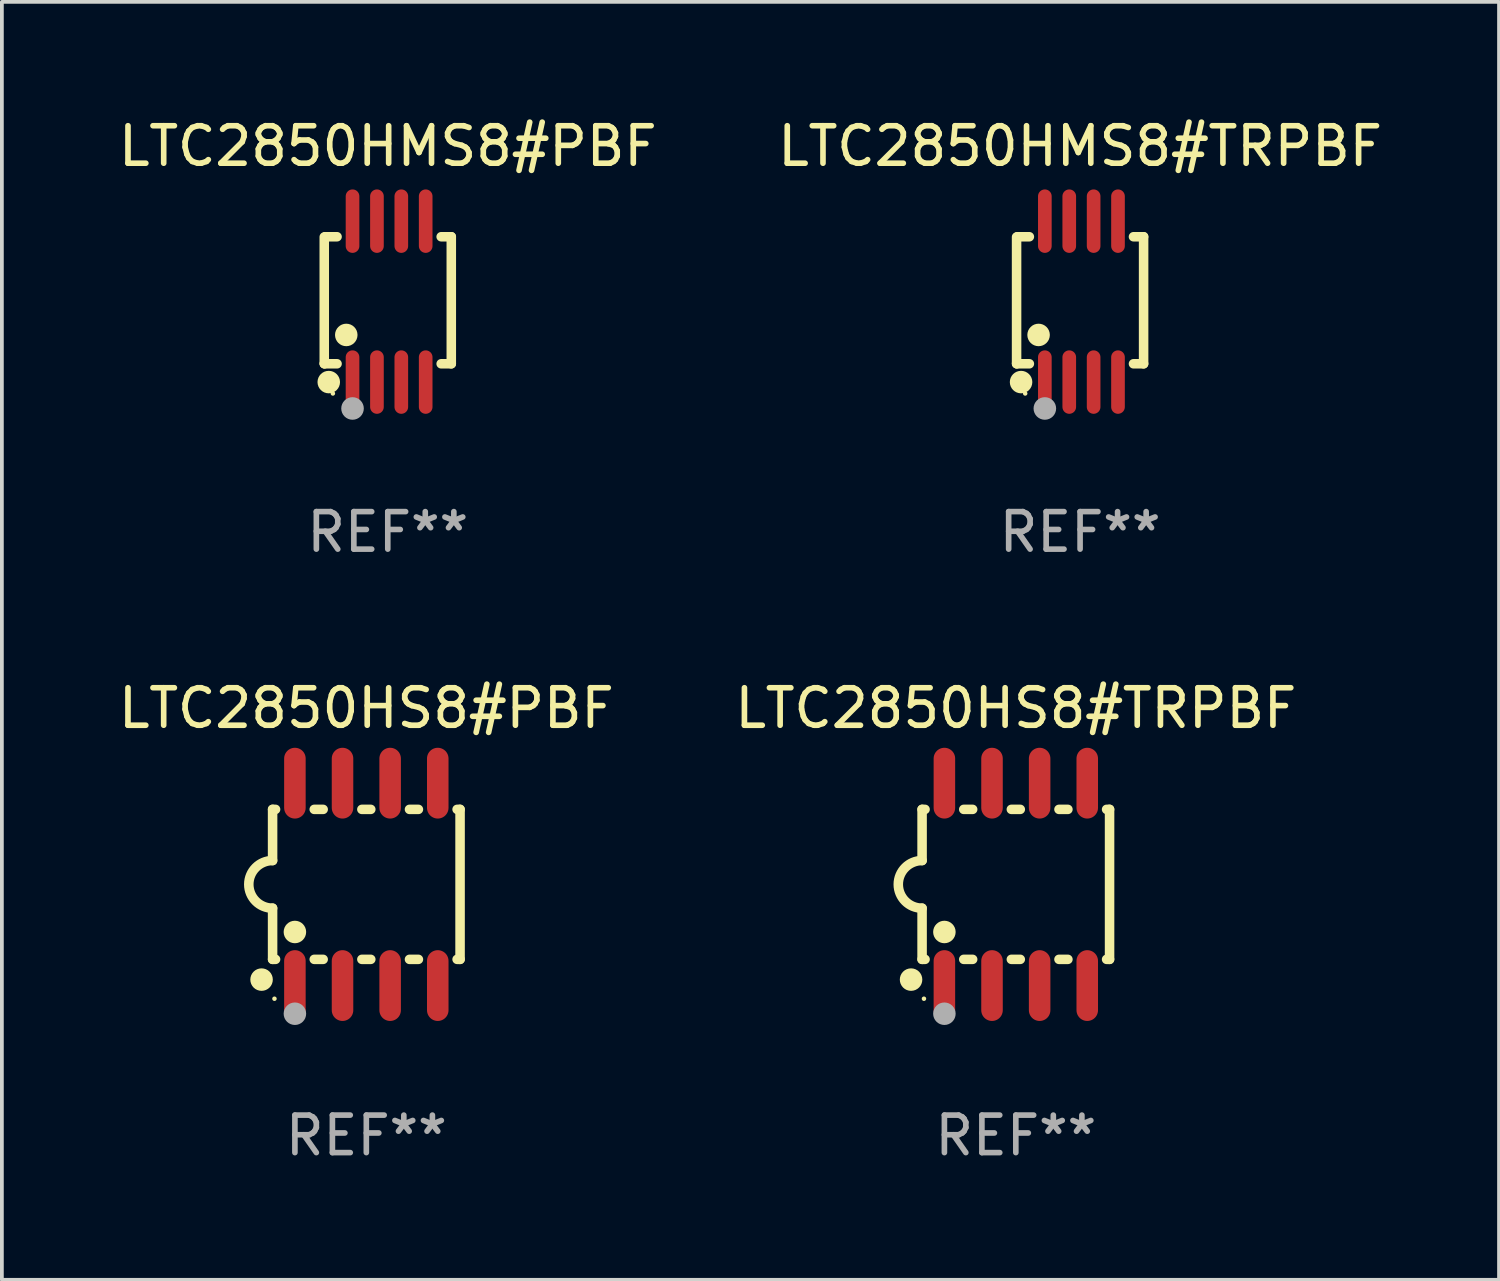
<source format=kicad_pcb>
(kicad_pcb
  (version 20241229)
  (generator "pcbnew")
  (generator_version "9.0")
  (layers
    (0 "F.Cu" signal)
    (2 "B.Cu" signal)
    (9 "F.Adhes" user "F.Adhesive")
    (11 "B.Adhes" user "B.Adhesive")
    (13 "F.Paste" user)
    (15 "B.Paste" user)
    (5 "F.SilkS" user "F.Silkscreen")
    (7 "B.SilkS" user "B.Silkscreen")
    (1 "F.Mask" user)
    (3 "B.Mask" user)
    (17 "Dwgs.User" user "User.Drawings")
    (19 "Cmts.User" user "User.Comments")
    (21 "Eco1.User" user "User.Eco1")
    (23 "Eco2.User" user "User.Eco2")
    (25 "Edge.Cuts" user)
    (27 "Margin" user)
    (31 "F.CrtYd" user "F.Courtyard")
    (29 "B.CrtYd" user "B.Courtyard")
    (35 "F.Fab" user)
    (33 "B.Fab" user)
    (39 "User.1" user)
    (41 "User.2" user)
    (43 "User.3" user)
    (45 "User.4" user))
  (footprint "LTC2850HMS8#TRPBF"
    (layer "F.Cu")
    (at 25.756 4.994)
    (property "Reference" "LTC2850HMS8#TRPBF" (at 0 -4.146 0) (layer "F.SilkS") (effects (font (size 1 1) (thickness 0.15))))
    (attr through_hole)
    (fp_line (start -1.694 -1.724) (end -1.694 1.652) (stroke (width 0.254) (type solid)) (layer "F.SilkS"))
    (fp_line (start -1.694 1.652) (end -1.688 1.658) (stroke (width 0.254) (type solid)) (layer "F.SilkS"))
    (fp_line (start -1.688 1.658) (end -1.353 1.658) (stroke (width 0.254) (type solid)) (layer "F.SilkS"))
    (fp_line (start -1.661 -1.73) (end -1.681 -1.71) (stroke (width 0.254) (type solid)) (layer "F.SilkS"))
    (fp_line (start -1.353 -1.73) (end -1.661 -1.73) (stroke (width 0.254) (type solid)) (layer "F.SilkS"))
    (fp_line (start 1.424 1.658) (end 1.694 1.658) (stroke (width 0.254) (type solid)) (layer "F.SilkS"))
    (fp_line (start 1.694 -1.73) (end 1.424 -1.73) (stroke (width 0.254) (type solid)) (layer "F.SilkS"))
    (fp_line (start 1.694 1.658) (end 1.694 -1.73) (stroke (width 0.254) (type solid)) (layer "F.SilkS"))
    (fp_circle (center -1.574 2.146) (end -1.424 2.146) (stroke (width 0.3) (type solid)) (fill no) (layer "F.SilkS"))
    (fp_circle (center -1.464 2.45) (end -1.434 2.45) (stroke (width 0.06) (type solid)) (fill no) (layer "F.SilkS"))
    (fp_circle (center -1.107 0.889) (end -0.957 0.889) (stroke (width 0.3) (type solid)) (fill no) (layer "F.SilkS"))
    (fp_circle (center -0.94 2.85) (end -0.789 2.85) (stroke (width 0.3) (type solid)) (fill no) (layer "F.Fab"))
    (fp_text user "REF**" (at 0 6.146 0) (layer "F.Fab") (effects (font (size 1 1) (thickness 0.15))))
    (pad "1" smd oval (at -0.94 2.146) (size 0.364 1.692) (layers "F.Cu" "F.Mask" "F.Paste"))
    (pad "2" smd oval (at -0.289 2.146) (size 0.364 1.692) (layers "F.Cu" "F.Mask" "F.Paste"))
    (pad "3" smd oval (at 0.361 2.146) (size 0.364 1.692) (layers "F.Cu" "F.Mask" "F.Paste"))
    (pad "4" smd oval (at 1.011 2.146) (size 0.364 1.692) (layers "F.Cu" "F.Mask" "F.Paste"))
    (pad "5" smd oval (at 1.011 -2.146) (size 0.364 1.692) (layers "F.Cu" "F.Mask" "F.Paste"))
    (pad "6" smd oval (at 0.361 -2.146) (size 0.364 1.692) (layers "F.Cu" "F.Mask" "F.Paste"))
    (pad "7" smd oval (at -0.289 -2.146) (size 0.364 1.692) (layers "F.Cu" "F.Mask" "F.Paste"))
    (pad "8" smd oval (at -0.94 -2.146) (size 0.364 1.692) (layers "F.Cu" "F.Mask" "F.Paste")))
  (footprint "LTC2850HMS8#PBF"
    (layer "F.Cu")
    (at 7.292 4.994)
    (property "Reference" "LTC2850HMS8#PBF" (at 0 -4.146 0) (layer "F.SilkS") (effects (font (size 1 1) (thickness 0.15))))
    (attr through_hole)
    (fp_line (start -1.694 -1.724) (end -1.694 1.652) (stroke (width 0.254) (type solid)) (layer "F.SilkS"))
    (fp_line (start -1.694 1.652) (end -1.688 1.658) (stroke (width 0.254) (type solid)) (layer "F.SilkS"))
    (fp_line (start -1.688 1.658) (end -1.353 1.658) (stroke (width 0.254) (type solid)) (layer "F.SilkS"))
    (fp_line (start -1.661 -1.73) (end -1.681 -1.71) (stroke (width 0.254) (type solid)) (layer "F.SilkS"))
    (fp_line (start -1.353 -1.73) (end -1.661 -1.73) (stroke (width 0.254) (type solid)) (layer "F.SilkS"))
    (fp_line (start 1.424 1.658) (end 1.694 1.658) (stroke (width 0.254) (type solid)) (layer "F.SilkS"))
    (fp_line (start 1.694 -1.73) (end 1.424 -1.73) (stroke (width 0.254) (type solid)) (layer "F.SilkS"))
    (fp_line (start 1.694 1.658) (end 1.694 -1.73) (stroke (width 0.254) (type solid)) (layer "F.SilkS"))
    (fp_circle (center -1.574 2.146) (end -1.424 2.146) (stroke (width 0.3) (type solid)) (fill no) (layer "F.SilkS"))
    (fp_circle (center -1.464 2.45) (end -1.434 2.45) (stroke (width 0.06) (type solid)) (fill no) (layer "F.SilkS"))
    (fp_circle (center -1.107 0.889) (end -0.957 0.889) (stroke (width 0.3) (type solid)) (fill no) (layer "F.SilkS"))
    (fp_circle (center -0.94 2.85) (end -0.789 2.85) (stroke (width 0.3) (type solid)) (fill no) (layer "F.Fab"))
    (fp_text user "REF**" (at 0 6.146 0) (layer "F.Fab") (effects (font (size 1 1) (thickness 0.15))))
    (pad "1" smd oval (at -0.94 2.146) (size 0.364 1.692) (layers "F.Cu" "F.Mask" "F.Paste"))
    (pad "2" smd oval (at -0.289 2.146) (size 0.364 1.692) (layers "F.Cu" "F.Mask" "F.Paste"))
    (pad "3" smd oval (at 0.361 2.146) (size 0.364 1.692) (layers "F.Cu" "F.Mask" "F.Paste"))
    (pad "4" smd oval (at 1.011 2.146) (size 0.364 1.692) (layers "F.Cu" "F.Mask" "F.Paste"))
    (pad "5" smd oval (at 1.011 -2.146) (size 0.364 1.692) (layers "F.Cu" "F.Mask" "F.Paste"))
    (pad "6" smd oval (at 0.361 -2.146) (size 0.364 1.692) (layers "F.Cu" "F.Mask" "F.Paste"))
    (pad "7" smd oval (at -0.289 -2.146) (size 0.364 1.692) (layers "F.Cu" "F.Mask" "F.Paste"))
    (pad "8" smd oval (at -0.94 -2.146) (size 0.364 1.692) (layers "F.Cu" "F.Mask" "F.Paste")))
  (footprint "LTC2850HS8#TRPBF"
    (layer "F.Cu")
    (at 24.042 20.536)
    (property "Reference" "LTC2850HS8#TRPBF" (at 0 -4.699 0) (layer "F.SilkS") (effects (font (size 1 1) (thickness 0.15))))
    (attr through_hole)
    (fp_line (start -2.5 -2) (end -2.5 -0.635) (stroke (width 0.254) (type solid)) (layer "F.SilkS"))
    (fp_line (start -2.5 -2) (end -2.421 -2) (stroke (width 0.254) (type solid)) (layer "F.SilkS"))
    (fp_line (start -2.5 2) (end -2.5 0.635) (stroke (width 0.254) (type solid)) (layer "F.SilkS"))
    (fp_line (start -2.5 2) (end -2.421 2) (stroke (width 0.254) (type solid)) (layer "F.SilkS"))
    (fp_line (start -1.389 -2) (end -1.151 -2) (stroke (width 0.254) (type solid)) (layer "F.SilkS"))
    (fp_line (start -1.389 2) (end -1.151 2) (stroke (width 0.254) (type solid)) (layer "F.SilkS"))
    (fp_line (start -0.119 -2) (end 0.119 -2) (stroke (width 0.254) (type solid)) (layer "F.SilkS"))
    (fp_line (start -0.119 2) (end 0.119 2) (stroke (width 0.254) (type solid)) (layer "F.SilkS"))
    (fp_line (start 1.151 -2) (end 1.389 -2) (stroke (width 0.254) (type solid)) (layer "F.SilkS"))
    (fp_line (start 1.151 2) (end 1.389 2) (stroke (width 0.254) (type solid)) (layer "F.SilkS"))
    (fp_line (start 2.421 -2) (end 2.5 -2) (stroke (width 0.254) (type solid)) (layer "F.SilkS"))
    (fp_line (start 2.421 2) (end 2.5 2) (stroke (width 0.254) (type solid)) (layer "F.SilkS"))
    (fp_line (start 2.5 -2) (end 2.5 2) (stroke (width 0.254) (type solid)) (layer "F.SilkS"))
    (fp_arc (start -2.5 0.635001) (mid -3.134366 -0.000318) (end -2.499365 -0.635001) (stroke (width 0.254001) (type solid)) (layer "F.SilkS"))
    (fp_circle (center -2.794 2.54) (end -2.644 2.54) (stroke (width 0.3) (type solid)) (fill no) (layer "F.SilkS"))
    (fp_circle (center -2.45 3.05) (end -2.42 3.05) (stroke (width 0.06) (type solid)) (fill no) (layer "F.SilkS"))
    (fp_circle (center -1.905 1.27) (end -1.755 1.27) (stroke (width 0.3) (type solid)) (fill no) (layer "F.SilkS"))
    (fp_circle (center -1.905 3.45) (end -1.755 3.45) (stroke (width 0.3) (type solid)) (fill no) (layer "F.Fab"))
    (fp_text user "REF**" (at 0 6.699 0) (layer "F.Fab") (effects (font (size 1 1) (thickness 0.15))))
    (pad "1" smd oval (at -1.905 2.699) (size 0.574 1.888) (layers "F.Cu" "F.Mask" "F.Paste"))
    (pad "2" smd oval (at -0.635 2.699) (size 0.574 1.888) (layers "F.Cu" "F.Mask" "F.Paste"))
    (pad "3" smd oval (at 0.635 2.699) (size 0.574 1.888) (layers "F.Cu" "F.Mask" "F.Paste"))
    (pad "4" smd oval (at 1.905 2.699) (size 0.574 1.888) (layers "F.Cu" "F.Mask" "F.Paste"))
    (pad "5" smd oval (at 1.905 -2.699) (size 0.574 1.888) (layers "F.Cu" "F.Mask" "F.Paste"))
    (pad "6" smd oval (at 0.635 -2.699) (size 0.574 1.888) (layers "F.Cu" "F.Mask" "F.Paste"))
    (pad "7" smd oval (at -0.635 -2.699) (size 0.574 1.888) (layers "F.Cu" "F.Mask" "F.Paste"))
    (pad "8" smd oval (at -1.905 -2.699) (size 0.574 1.888) (layers "F.Cu" "F.Mask" "F.Paste")))
  (footprint "LTC2850HS8#PBF"
    (layer "F.Cu")
    (at 6.72 20.536)
    (property "Reference" "LTC2850HS8#PBF" (at 0 -4.699 0) (layer "F.SilkS") (effects (font (size 1 1) (thickness 0.15))))
    (attr through_hole)
    (fp_line (start -2.5 -2) (end -2.5 -0.635) (stroke (width 0.254) (type solid)) (layer "F.SilkS"))
    (fp_line (start -2.5 -2) (end -2.421 -2) (stroke (width 0.254) (type solid)) (layer "F.SilkS"))
    (fp_line (start -2.5 2) (end -2.5 0.635) (stroke (width 0.254) (type solid)) (layer "F.SilkS"))
    (fp_line (start -2.5 2) (end -2.421 2) (stroke (width 0.254) (type solid)) (layer "F.SilkS"))
    (fp_line (start -1.389 -2) (end -1.151 -2) (stroke (width 0.254) (type solid)) (layer "F.SilkS"))
    (fp_line (start -1.389 2) (end -1.151 2) (stroke (width 0.254) (type solid)) (layer "F.SilkS"))
    (fp_line (start -0.119 -2) (end 0.119 -2) (stroke (width 0.254) (type solid)) (layer "F.SilkS"))
    (fp_line (start -0.119 2) (end 0.119 2) (stroke (width 0.254) (type solid)) (layer "F.SilkS"))
    (fp_line (start 1.151 -2) (end 1.389 -2) (stroke (width 0.254) (type solid)) (layer "F.SilkS"))
    (fp_line (start 1.151 2) (end 1.389 2) (stroke (width 0.254) (type solid)) (layer "F.SilkS"))
    (fp_line (start 2.421 -2) (end 2.5 -2) (stroke (width 0.254) (type solid)) (layer "F.SilkS"))
    (fp_line (start 2.421 2) (end 2.5 2) (stroke (width 0.254) (type solid)) (layer "F.SilkS"))
    (fp_line (start 2.5 -2) (end 2.5 2) (stroke (width 0.254) (type solid)) (layer "F.SilkS"))
    (fp_arc (start -2.5 0.635001) (mid -3.134366 -0.000318) (end -2.499365 -0.635001) (stroke (width 0.254001) (type solid)) (layer "F.SilkS"))
    (fp_circle (center -2.794 2.54) (end -2.644 2.54) (stroke (width 0.3) (type solid)) (fill no) (layer "F.SilkS"))
    (fp_circle (center -2.45 3.05) (end -2.42 3.05) (stroke (width 0.06) (type solid)) (fill no) (layer "F.SilkS"))
    (fp_circle (center -1.905 1.27) (end -1.755 1.27) (stroke (width 0.3) (type solid)) (fill no) (layer "F.SilkS"))
    (fp_circle (center -1.905 3.45) (end -1.755 3.45) (stroke (width 0.3) (type solid)) (fill no) (layer "F.Fab"))
    (fp_text user "REF**" (at 0 6.699 0) (layer "F.Fab") (effects (font (size 1 1) (thickness 0.15))))
    (pad "1" smd oval (at -1.905 2.699) (size 0.574 1.888) (layers "F.Cu" "F.Mask" "F.Paste"))
    (pad "2" smd oval (at -0.635 2.699) (size 0.574 1.888) (layers "F.Cu" "F.Mask" "F.Paste"))
    (pad "3" smd oval (at 0.635 2.699) (size 0.574 1.888) (layers "F.Cu" "F.Mask" "F.Paste"))
    (pad "4" smd oval (at 1.905 2.699) (size 0.574 1.888) (layers "F.Cu" "F.Mask" "F.Paste"))
    (pad "5" smd oval (at 1.905 -2.699) (size 0.574 1.888) (layers "F.Cu" "F.Mask" "F.Paste"))
    (pad "6" smd oval (at 0.635 -2.699) (size 0.574 1.888) (layers "F.Cu" "F.Mask" "F.Paste"))
    (pad "7" smd oval (at -0.635 -2.699) (size 0.574 1.888) (layers "F.Cu" "F.Mask" "F.Paste"))
    (pad "8" smd oval (at -1.905 -2.699) (size 0.574 1.888) (layers "F.Cu" "F.Mask" "F.Paste")))
  (gr_rect
    (start -3 -3)
    (end 36.929 31.083)
    (stroke (width 0.1) (type default))
    (fill no)
    (layer "Edge.Cuts")))
</source>
